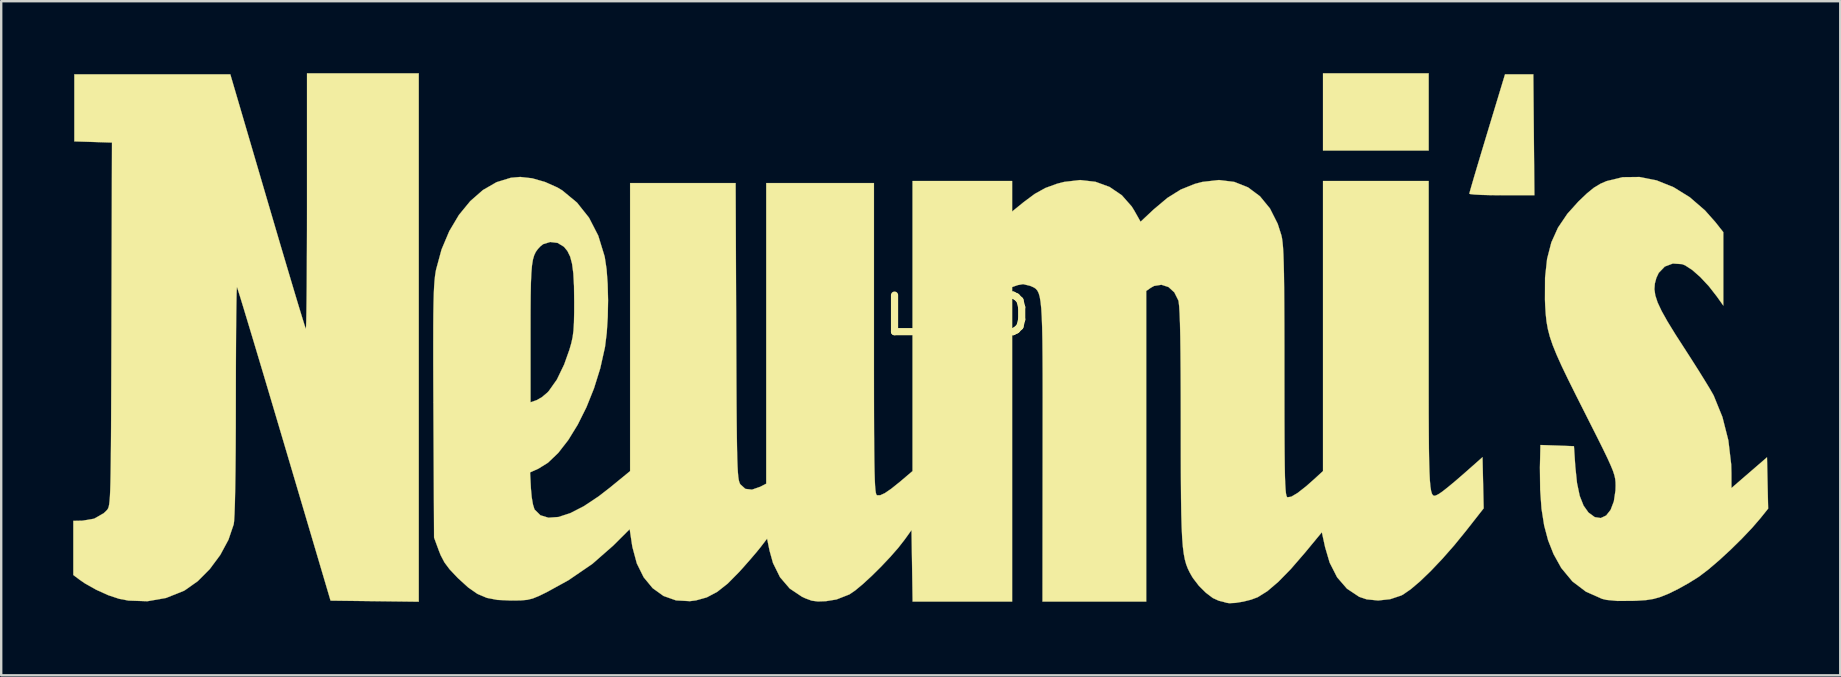
<source format=kicad_pcb>
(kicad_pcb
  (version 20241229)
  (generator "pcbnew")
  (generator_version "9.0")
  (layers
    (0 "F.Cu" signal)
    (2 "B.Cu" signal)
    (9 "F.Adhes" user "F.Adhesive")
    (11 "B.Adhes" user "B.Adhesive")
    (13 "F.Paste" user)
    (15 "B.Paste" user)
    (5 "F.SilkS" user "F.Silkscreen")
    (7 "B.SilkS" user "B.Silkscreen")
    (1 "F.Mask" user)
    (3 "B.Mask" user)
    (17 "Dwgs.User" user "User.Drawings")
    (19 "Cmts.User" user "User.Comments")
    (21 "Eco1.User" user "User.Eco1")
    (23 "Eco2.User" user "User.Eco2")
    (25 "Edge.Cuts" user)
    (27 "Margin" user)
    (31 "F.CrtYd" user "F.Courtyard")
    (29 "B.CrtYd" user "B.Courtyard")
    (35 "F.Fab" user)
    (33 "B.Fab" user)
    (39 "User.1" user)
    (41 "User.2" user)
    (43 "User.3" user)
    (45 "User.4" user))
  (footprint "LOGO"
    (layer "F.Cu")
    (at 36.835 10.08)
    (property "Reference" "LOGO" (at 0 0 0) (layer "F.SilkS") (effects (font (size 1.524 1.524) (thickness 0.3))))
    (attr through_hole)
    (fp_poly (pts (xy 19.643 -6.858) (xy 15.24 -6.858) (xy 15.24 -10.075) (xy 19.643 -10.075) (xy 19.643 -6.858)) (stroke (width 0.01) (type solid)) (fill yes) (layer "F.SilkS"))
    (fp_poly (pts (xy 24.025 -7.514) (xy 24.048 -4.995) (xy 22.692 -4.995) (xy 22.234 -4.999) (xy 21.843 -5.009) (xy 21.545 -5.025) (xy 21.371 -5.045) (xy 21.336 -5.059) (xy 21.36 -5.153) (xy 21.427 -5.388) (xy 21.531 -5.745) (xy 21.667 -6.203) (xy 21.828 -6.741) (xy 22.008 -7.339) (xy 22.08 -7.578) (xy 22.824 -10.033) (xy 24.003 -10.033) (xy 24.025 -7.514)) (stroke (width 0.01) (type solid)) (fill yes) (layer "F.SilkS"))
    (fp_poly (pts (xy -22.437 11.941) (xy -26.112 11.896) (xy -28.039 5.386) (xy -28.34 4.372) (xy -28.627 3.406) (xy -28.897 2.499) (xy -29.147 1.664) (xy -29.372 0.913) (xy -29.57 0.258) (xy -29.735 -0.288) (xy -29.865 -0.714) (xy -29.957 -1.006) (xy -30.005 -1.153) (xy -30.012 -1.168) (xy -30.02 -1.095) (xy -30.028 -0.867) (xy -30.035 -0.499) (xy -30.042 -0.007) (xy -30.048 0.595) (xy -30.052 1.292) (xy -30.056 2.069) (xy -30.058 2.91) (xy -30.059 3.563) (xy -30.061 4.654) (xy -30.066 5.636) (xy -30.074 6.499) (xy -30.085 7.235) (xy -30.098 7.836) (xy -30.114 8.291) (xy -30.132 8.593) (xy -30.148 8.718) (xy -30.366 9.359) (xy -30.708 9.994) (xy -31.146 10.583) (xy -31.648 11.087) (xy -32.185 11.466) (xy -32.234 11.492) (xy -32.968 11.785) (xy -33.743 11.921) (xy -34.53 11.894) (xy -34.925 11.819) (xy -35.379 11.668) (xy -35.878 11.442) (xy -36.344 11.18) (xy -36.555 11.035) (xy -36.83 10.829) (xy -36.83 8.573) (xy -36.451 8.565) (xy -35.964 8.482) (xy -35.563 8.254) (xy -35.433 8.128) (xy -35.404 8.092) (xy -35.378 8.047) (xy -35.356 7.982) (xy -35.336 7.886) (xy -35.32 7.748) (xy -35.305 7.558) (xy -35.293 7.306) (xy -35.283 6.981) (xy -35.275 6.571) (xy -35.268 6.068) (xy -35.262 5.459) (xy -35.257 4.734) (xy -35.253 3.884) (xy -35.249 2.896) (xy -35.245 1.762) (xy -35.241 0.469) (xy -35.241 0.375) (xy -35.219 -7.19) (xy -36.003 -7.215) (xy -36.788 -7.239) (xy -36.788 -10.033) (xy -30.289 -10.033) (xy -28.739 -4.754) (xy -28.471 -3.843) (xy -28.217 -2.98) (xy -27.979 -2.179) (xy -27.763 -1.454) (xy -27.573 -0.818) (xy -27.412 -0.285) (xy -27.284 0.132) (xy -27.195 0.418) (xy -27.148 0.559) (xy -27.142 0.572) (xy -27.133 0.499) (xy -27.125 0.27) (xy -27.118 -0.1) (xy -27.111 -0.597) (xy -27.105 -1.207) (xy -27.101 -1.916) (xy -27.097 -2.71) (xy -27.094 -3.575) (xy -27.093 -4.496) (xy -27.093 -4.727) (xy -27.093 -10.075) (xy -22.437 -10.075) (xy -22.437 11.941)) (stroke (width 0.01) (type solid)) (fill yes) (layer "F.SilkS"))
    (fp_poly (pts (xy 29.141 -5.614) (xy 29.846 -5.33) (xy 30.523 -4.911) (xy 31.157 -4.362) (xy 31.591 -3.872) (xy 31.919 -3.456) (xy 31.919 -0.398) (xy 31.655 -0.77) (xy 31.321 -1.199) (xy 30.969 -1.577) (xy 30.629 -1.878) (xy 30.33 -2.073) (xy 30.201 -2.124) (xy 29.816 -2.15) (xy 29.482 -2.024) (xy 29.229 -1.761) (xy 29.131 -1.554) (xy 29.067 -1.317) (xy 29.049 -1.08) (xy 29.085 -0.824) (xy 29.182 -0.527) (xy 29.349 -0.171) (xy 29.593 0.265) (xy 29.923 0.802) (xy 30.266 1.334) (xy 30.583 1.826) (xy 30.881 2.295) (xy 31.142 2.715) (xy 31.351 3.058) (xy 31.489 3.298) (xy 31.521 3.357) (xy 31.882 4.245) (xy 32.129 5.217) (xy 32.248 6.223) (xy 32.257 6.587) (xy 32.258 7.205) (xy 32.999 6.565) (xy 33.74 5.925) (xy 33.763 6.993) (xy 33.787 8.062) (xy 33.472 8.455) (xy 33.121 8.862) (xy 32.691 9.315) (xy 32.22 9.778) (xy 31.743 10.217) (xy 31.296 10.599) (xy 30.916 10.888) (xy 30.874 10.917) (xy 30.489 11.157) (xy 30.065 11.395) (xy 29.68 11.587) (xy 29.604 11.621) (xy 29.29 11.745) (xy 29.011 11.825) (xy 28.709 11.873) (xy 28.323 11.899) (xy 28.109 11.907) (xy 27.499 11.908) (xy 27.05 11.865) (xy 26.864 11.82) (xy 26.196 11.523) (xy 25.633 11.097) (xy 25.167 10.535) (xy 24.846 9.957) (xy 24.62 9.385) (xy 24.455 8.766) (xy 24.345 8.07) (xy 24.288 7.272) (xy 24.278 6.345) (xy 24.284 6.071) (xy 24.299 5.412) (xy 25.696 5.461) (xy 25.752 6.308) (xy 25.823 6.993) (xy 25.936 7.531) (xy 26.097 7.939) (xy 26.3 8.224) (xy 26.563 8.417) (xy 26.813 8.455) (xy 27.038 8.349) (xy 27.224 8.113) (xy 27.358 7.761) (xy 27.426 7.306) (xy 27.432 7.109) (xy 27.429 6.963) (xy 27.415 6.824) (xy 27.381 6.671) (xy 27.321 6.487) (xy 27.225 6.254) (xy 27.088 5.952) (xy 26.9 5.563) (xy 26.654 5.069) (xy 26.342 4.451) (xy 26.178 4.126) (xy 25.777 3.331) (xy 25.447 2.667) (xy 25.18 2.112) (xy 24.971 1.646) (xy 24.81 1.249) (xy 24.692 0.901) (xy 24.609 0.581) (xy 24.553 0.269) (xy 24.519 -0.055) (xy 24.497 -0.411) (xy 24.488 -0.651) (xy 24.492 -1.56) (xy 24.577 -2.344) (xy 24.754 -3.03) (xy 25.032 -3.646) (xy 25.42 -4.22) (xy 25.889 -4.741) (xy 26.24 -5.075) (xy 26.527 -5.309) (xy 26.795 -5.471) (xy 27.051 -5.583) (xy 27.726 -5.747) (xy 28.429 -5.755) (xy 29.141 -5.614)) (stroke (width 0.01) (type solid)) (fill yes) (layer "F.SilkS"))
    (fp_poly (pts (xy -17.712 -5.701) (xy -17.173 -5.547) (xy -16.662 -5.319) (xy -16.458 -5.197) (xy -15.844 -4.689) (xy -15.342 -4.058) (xy -14.958 -3.311) (xy -14.696 -2.457) (xy -14.686 -2.413) (xy -14.611 -1.915) (xy -14.566 -1.3) (xy -14.549 -0.62) (xy -14.562 0.076) (xy -14.604 0.738) (xy -14.675 1.314) (xy -14.685 1.368) (xy -14.875 2.218) (xy -15.134 3.048) (xy -15.45 3.836) (xy -15.812 4.562) (xy -16.207 5.204) (xy -16.624 5.74) (xy -17.051 6.148) (xy -17.447 6.395) (xy -17.799 6.554) (xy -17.763 7.235) (xy -17.731 7.584) (xy -17.679 7.886) (xy -17.618 8.084) (xy -17.607 8.104) (xy -17.367 8.34) (xy -17.034 8.441) (xy -16.617 8.411) (xy -16.124 8.251) (xy -15.563 7.964) (xy -14.941 7.551) (xy -14.475 7.19) (xy -13.631 6.5) (xy -13.631 -5.503) (xy -9.234 -5.503) (xy -9.21 0.66) (xy -9.205 1.834) (xy -9.201 2.85) (xy -9.196 3.721) (xy -9.19 4.458) (xy -9.183 5.073) (xy -9.175 5.577) (xy -9.166 5.984) (xy -9.154 6.303) (xy -9.14 6.548) (xy -9.124 6.73) (xy -9.105 6.861) (xy -9.082 6.953) (xy -9.056 7.018) (xy -9.036 7.052) (xy -8.829 7.239) (xy -8.554 7.272) (xy -8.208 7.152) (xy -7.959 7.023) (xy -7.959 -5.503) (xy -3.471 -5.503) (xy -3.471 0.976) (xy -3.471 2.189) (xy -3.47 3.244) (xy -3.468 4.151) (xy -3.465 4.922) (xy -3.46 5.566) (xy -3.454 6.096) (xy -3.446 6.522) (xy -3.436 6.855) (xy -3.424 7.105) (xy -3.409 7.284) (xy -3.392 7.403) (xy -3.372 7.472) (xy -3.348 7.503) (xy -3.344 7.505) (xy -3.211 7.506) (xy -3.017 7.418) (xy -2.745 7.231) (xy -2.376 6.935) (xy -2.307 6.876) (xy -1.863 6.499) (xy -1.863 -5.588) (xy 2.286 -5.588) (xy 2.286 -4.316) (xy 2.755 -4.698) (xy 3.228 -5.05) (xy 3.672 -5.297) (xy 4.154 -5.473) (xy 4.452 -5.55) (xy 5.121 -5.628) (xy 5.76 -5.555) (xy 6.347 -5.341) (xy 6.859 -4.993) (xy 7.273 -4.523) (xy 7.378 -4.352) (xy 7.638 -3.892) (xy 8.182 -4.401) (xy 8.756 -4.884) (xy 9.312 -5.231) (xy 9.891 -5.465) (xy 10.213 -5.55) (xy 10.905 -5.629) (xy 11.542 -5.551) (xy 12.115 -5.324) (xy 12.614 -4.952) (xy 13.03 -4.444) (xy 13.352 -3.806) (xy 13.505 -3.329) (xy 13.532 -3.203) (xy 13.554 -3.037) (xy 13.574 -2.818) (xy 13.59 -2.534) (xy 13.602 -2.172) (xy 13.613 -1.718) (xy 13.62 -1.159) (xy 13.625 -0.482) (xy 13.629 0.325) (xy 13.631 1.276) (xy 13.631 2.349) (xy 13.632 3.427) (xy 13.633 4.348) (xy 13.636 5.124) (xy 13.64 5.767) (xy 13.646 6.289) (xy 13.654 6.704) (xy 13.665 7.021) (xy 13.679 7.255) (xy 13.695 7.417) (xy 13.715 7.518) (xy 13.739 7.573) (xy 13.759 7.59) (xy 13.919 7.565) (xy 14.18 7.411) (xy 14.541 7.128) (xy 14.88 6.828) (xy 15.24 6.498) (xy 15.24 -5.588) (xy 19.643 -5.588) (xy 19.643 0.879) (xy 19.643 2.111) (xy 19.643 3.185) (xy 19.644 4.11) (xy 19.648 4.898) (xy 19.653 5.558) (xy 19.662 6.102) (xy 19.675 6.54) (xy 19.692 6.882) (xy 19.715 7.139) (xy 19.744 7.322) (xy 19.779 7.441) (xy 19.822 7.506) (xy 19.873 7.528) (xy 19.932 7.518) (xy 20.002 7.486) (xy 20.081 7.443) (xy 20.081 7.442) (xy 20.219 7.347) (xy 20.45 7.165) (xy 20.744 6.921) (xy 21.068 6.641) (xy 21.082 6.629) (xy 21.886 5.919) (xy 21.934 8.051) (xy 21.19 8.999) (xy 20.706 9.593) (xy 20.214 10.152) (xy 19.735 10.657) (xy 19.289 11.087) (xy 18.895 11.422) (xy 18.573 11.644) (xy 18.502 11.681) (xy 18.04 11.835) (xy 17.537 11.89) (xy 17.058 11.842) (xy 16.749 11.738) (xy 16.237 11.397) (xy 15.827 10.923) (xy 15.517 10.313) (xy 15.327 9.667) (xy 15.192 9.047) (xy 14.488 9.899) (xy 13.899 10.58) (xy 13.378 11.112) (xy 12.922 11.501) (xy 12.524 11.75) (xy 12.513 11.755) (xy 12.244 11.855) (xy 11.919 11.937) (xy 11.595 11.99) (xy 11.332 12.003) (xy 11.218 11.985) (xy 11.078 11.944) (xy 10.899 11.901) (xy 10.649 11.787) (xy 10.358 11.566) (xy 10.068 11.278) (xy 9.825 10.961) (xy 9.778 10.886) (xy 9.685 10.721) (xy 9.606 10.558) (xy 9.539 10.383) (xy 9.483 10.181) (xy 9.437 9.939) (xy 9.4 9.643) (xy 9.372 9.278) (xy 9.351 8.832) (xy 9.335 8.289) (xy 9.325 7.636) (xy 9.319 6.86) (xy 9.316 5.945) (xy 9.315 4.879) (xy 9.315 4.582) (xy 9.313 3.428) (xy 9.309 2.435) (xy 9.302 1.596) (xy 9.293 0.904) (xy 9.281 0.349) (xy 9.265 -0.075) (xy 9.246 -0.376) (xy 9.224 -0.562) (xy 9.214 -0.61) (xy 9.046 -0.947) (xy 8.801 -1.171) (xy 8.508 -1.265) (xy 8.202 -1.216) (xy 8.062 -1.138) (xy 7.874 -1.006) (xy 7.874 11.938) (xy 3.552 11.938) (xy 3.558 5.722) (xy 3.559 4.498) (xy 3.56 3.433) (xy 3.559 2.514) (xy 3.555 1.73) (xy 3.549 1.071) (xy 3.538 0.524) (xy 3.522 0.079) (xy 3.501 -0.276) (xy 3.472 -0.552) (xy 3.437 -0.761) (xy 3.393 -0.913) (xy 3.339 -1.021) (xy 3.276 -1.095) (xy 3.202 -1.147) (xy 3.116 -1.187) (xy 3.036 -1.221) (xy 2.744 -1.291) (xy 2.525 -1.252) (xy 2.286 -1.169) (xy 2.286 11.938) (xy -1.859 11.938) (xy -1.882 10.447) (xy -1.905 8.955) (xy -2.195 9.359) (xy -2.46 9.698) (xy -2.796 10.081) (xy -3.173 10.48) (xy -3.561 10.864) (xy -3.931 11.205) (xy -4.253 11.473) (xy -4.492 11.636) (xy -5.031 11.847) (xy -5.468 11.918) (xy -5.805 11.931) (xy -6.063 11.898) (xy -6.33 11.799) (xy -6.471 11.733) (xy -6.98 11.392) (xy -7.384 10.921) (xy -7.677 10.328) (xy -7.821 9.811) (xy -7.923 9.313) (xy -8.193 9.666) (xy -8.367 9.88) (xy -8.617 10.173) (xy -8.904 10.499) (xy -9.089 10.704) (xy -9.566 11.187) (xy -10.005 11.533) (xy -10.435 11.76) (xy -10.886 11.886) (xy -11.14 11.918) (xy -11.717 11.886) (xy -12.238 11.702) (xy -12.691 11.377) (xy -13.066 10.922) (xy -13.351 10.346) (xy -13.535 9.662) (xy -13.555 9.539) (xy -13.648 8.918) (xy -14.338 9.606) (xy -15.206 10.367) (xy -16.203 11.048) (xy -17.093 11.537) (xy -17.432 11.703) (xy -17.688 11.807) (xy -17.92 11.863) (xy -18.192 11.887) (xy -18.564 11.891) (xy -18.617 11.891) (xy -19.158 11.866) (xy -19.601 11.781) (xy -19.992 11.615) (xy -20.377 11.347) (xy -20.804 10.958) (xy -20.835 10.926) (xy -21.149 10.594) (xy -21.366 10.304) (xy -21.524 10.003) (xy -21.596 9.821) (xy -21.799 9.271) (xy -21.825 4.022) (xy -21.83 2.922) (xy -21.833 1.978) (xy -21.833 1.175) (xy -21.832 0.755) (xy -17.78 0.755) (xy -17.78 3.632) (xy -17.528 3.544) (xy -17.313 3.424) (xy -17.083 3.231) (xy -17.02 3.164) (xy -16.681 2.685) (xy -16.378 2.056) (xy -16.158 1.437) (xy -16.081 1.17) (xy -16.026 0.919) (xy -15.99 0.645) (xy -15.97 0.31) (xy -15.961 -0.126) (xy -15.96 -0.55) (xy -15.968 -1.215) (xy -15.996 -1.735) (xy -16.048 -2.135) (xy -16.128 -2.438) (xy -16.242 -2.67) (xy -16.385 -2.846) (xy -16.652 -3.009) (xy -16.96 -3.047) (xy -17.25 -2.959) (xy -17.364 -2.871) (xy -17.471 -2.757) (xy -17.558 -2.638) (xy -17.627 -2.495) (xy -17.68 -2.312) (xy -17.719 -2.069) (xy -17.746 -1.748) (xy -17.764 -1.332) (xy -17.774 -0.803) (xy -17.779 -0.142) (xy -17.78 0.668) (xy -17.78 0.755) (xy -21.832 0.755) (xy -21.832 0.501) (xy -21.828 -0.06) (xy -21.82 -0.521) (xy -21.81 -0.896) (xy -21.796 -1.199) (xy -21.778 -1.443) (xy -21.757 -1.643) (xy -21.731 -1.813) (xy -21.714 -1.9) (xy -21.487 -2.736) (xy -21.165 -3.499) (xy -20.762 -4.176) (xy -20.29 -4.751) (xy -19.764 -5.211) (xy -19.196 -5.539) (xy -18.599 -5.723) (xy -18.206 -5.757) (xy -17.712 -5.701)) (stroke (width 0.01) (type solid)) (fill yes) (layer "F.SilkS")))
  (gr_rect
    (start -3 -3)
    (end 73.627 25.089)
    (stroke (width 0.1) (type default))
    (fill no)
    (layer "Edge.Cuts")))
</source>
